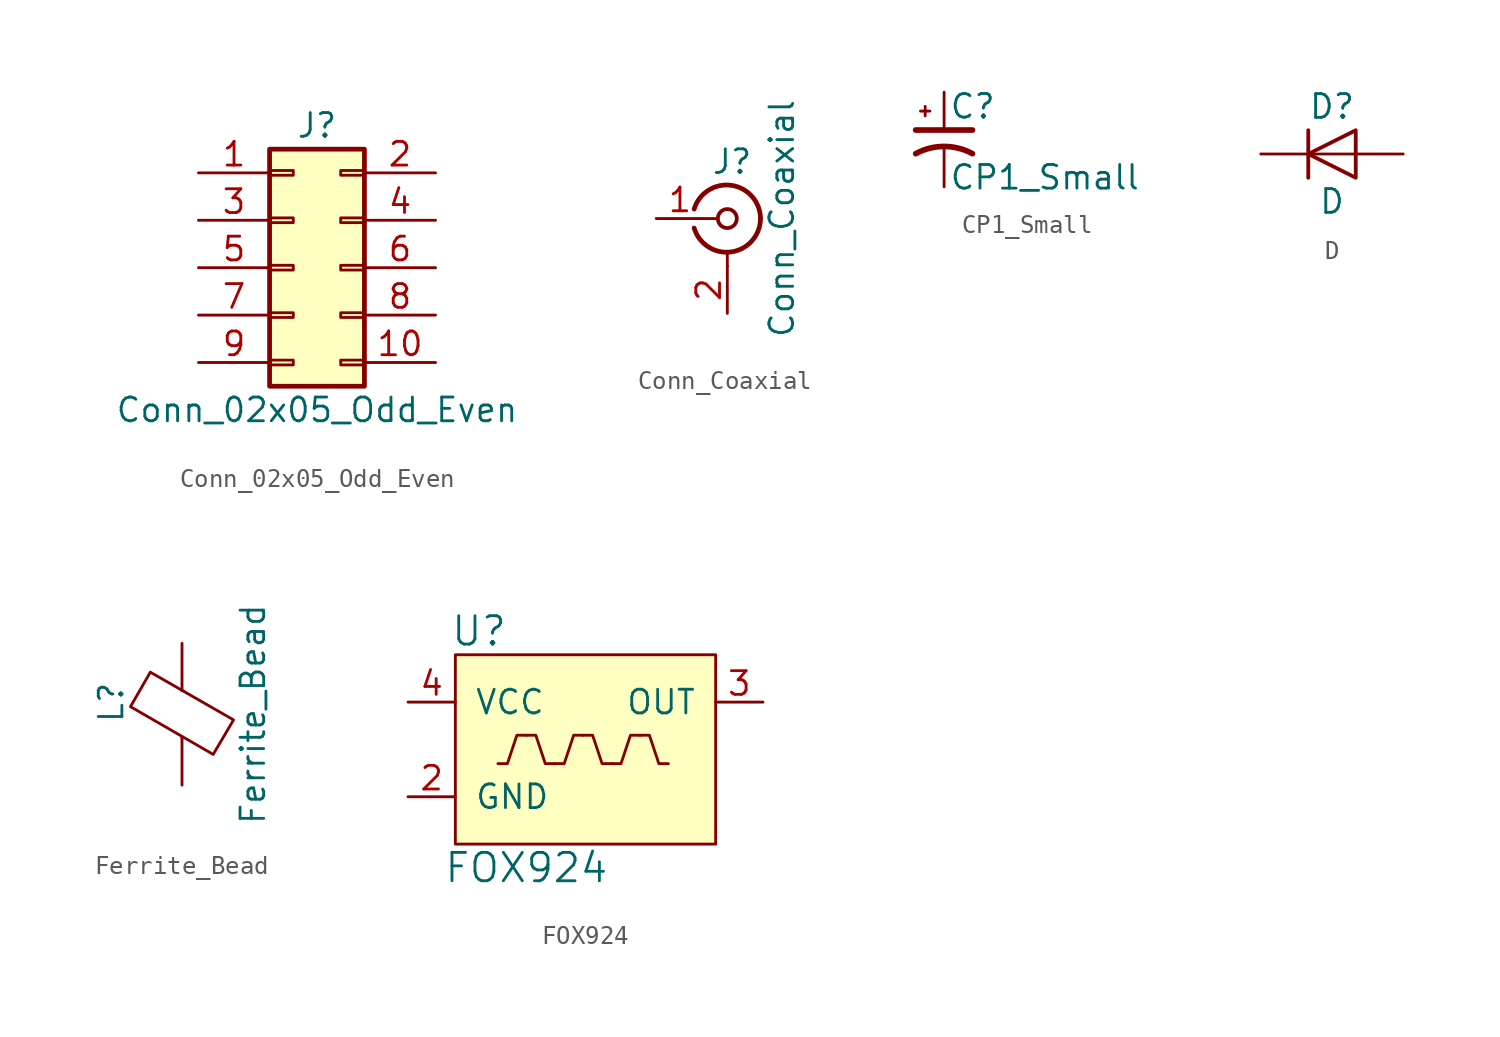
<source format=kicad_sym>
(kicad_symbol_lib
  (version 20210619)
  (generator kicad_symbol_editor)
  (symbol "openlst-hw:Conn_02x05_Odd_Even"
    (pin_names
      (offset 1.016) hide)
    (property "Reference" "J"
      (at 1.27 7.62 0)
      (effects (font (size 1.27 1.27))))
    (property "Value" "Conn_02x05_Odd_Even"
      (at 1.27 -7.62 0)
      (effects (font (size 1.27 1.27))))
    (symbol "Conn_02x05_Odd_Even_1_1"
      (rectangle (start -1.27 -4.953) (end 0 -5.207) (stroke (width 0.152)) (fill (type none)))
      (rectangle (start -1.27 -2.413) (end 0 -2.667) (stroke (width 0.152)) (fill (type none)))
      (rectangle (start -1.27 0.127) (end 0 -0.127) (stroke (width 0.152)) (fill (type none)))
      (rectangle (start -1.27 2.667) (end 0 2.413) (stroke (width 0.152)) (fill (type none)))
      (rectangle (start -1.27 5.207) (end 0 4.953) (stroke (width 0.152)) (fill (type none)))
      (rectangle (start 3.81 -4.953) (end 2.54 -5.207) (stroke (width 0.152)) (fill (type none)))
      (rectangle (start 3.81 -2.413) (end 2.54 -2.667) (stroke (width 0.152)) (fill (type none)))
      (rectangle (start 3.81 0.127) (end 2.54 -0.127) (stroke (width 0.152)) (fill (type none)))
      (rectangle (start 3.81 2.667) (end 2.54 2.413) (stroke (width 0.152)) (fill (type none)))
      (rectangle (start 3.81 5.207) (end 2.54 4.953) (stroke (width 0.152)) (fill (type none)))
      (rectangle (start -1.27 6.35) (end 3.81 -6.35) (stroke (width 0.254)) (fill (type background)))
      (pin passive line (at -5.08 5.08 0) (length 3.81) (name "Pin_1" (effects (font (size 1.27 1.27)))) (number "1" (effects (font (size 1.27 1.27)))))
      (pin passive line (at 7.62 -5.08 180) (length 3.81) (name "Pin_10" (effects (font (size 1.27 1.27)))) (number "10" (effects (font (size 1.27 1.27)))))
      (pin passive line (at 7.62 5.08 180) (length 3.81) (name "Pin_2" (effects (font (size 1.27 1.27)))) (number "2" (effects (font (size 1.27 1.27)))))
      (pin passive line (at -5.08 2.54 0) (length 3.81) (name "Pin_3" (effects (font (size 1.27 1.27)))) (number "3" (effects (font (size 1.27 1.27)))))
      (pin passive line (at 7.62 2.54 180) (length 3.81) (name "Pin_4" (effects (font (size 1.27 1.27)))) (number "4" (effects (font (size 1.27 1.27)))))
      (pin passive line (at -5.08 0 0) (length 3.81) (name "Pin_5" (effects (font (size 1.27 1.27)))) (number "5" (effects (font (size 1.27 1.27)))))
      (pin passive line (at 7.62 0 180) (length 3.81) (name "Pin_6" (effects (font (size 1.27 1.27)))) (number "6" (effects (font (size 1.27 1.27)))))
      (pin passive line (at -5.08 -2.54 0) (length 3.81) (name "Pin_7" (effects (font (size 1.27 1.27)))) (number "7" (effects (font (size 1.27 1.27)))))
      (pin passive line (at 7.62 -2.54 180) (length 3.81) (name "Pin_8" (effects (font (size 1.27 1.27)))) (number "8" (effects (font (size 1.27 1.27)))))
      (pin passive line (at -5.08 -5.08 0) (length 3.81) (name "Pin_9" (effects (font (size 1.27 1.27)))) (number "9" (effects (font (size 1.27 1.27)))))))
  (symbol "openlst-hw:Conn_Coaxial"
    (pin_names
      (offset 1.016) hide)
    (property "Reference" "J"
      (at 0.254 3.048 0)
      (effects (font (size 1.27 1.27))))
    (property "Value" "Conn_Coaxial"
      (at 2.921 0 90)
      (effects (font (size 1.27 1.27))))
    (symbol "Conn_Coaxial_0_1"
      (arc (start -1.778 0.508) (end 1.778 0) (radius (at -0.0508 0) (length 1.8034) (angles 163.6 0)) (stroke (width 0.254)) (fill (type none)))
      (arc (start 1.778 0) (end -1.778 -0.508) (radius (at -0.0254 0) (length 1.8034) (angles 0 -163.8)) (stroke (width 0.254)) (fill (type none)))
      (circle (center 0 0) (radius 0.508) (stroke (width 0.203)) (fill (type none)))
      (polyline (pts (xy -1.27 0) (xy -0.508 0)) (stroke (width 0)) (fill (type none)))
      (polyline (pts (xy 0 -2.54) (xy 0 -1.778)) (stroke (width 0)) (fill (type none))))
    (symbol "Conn_Coaxial_1_1"
      (pin passive line (at -3.81 0 0) (length 2.54) (name "In" (effects (font (size 1.27 1.27)))) (number "1" (effects (font (size 1.27 1.27)))))
      (pin passive line (at 0 -5.08 90) (length 2.54) (name "Ext" (effects (font (size 1.27 1.27)))) (number "2" (effects (font (size 1.27 1.27)))))))
  (symbol "openlst-hw:CP1_Small"
    (pin_numbers hide)
    (pin_names
      (offset 0.254) hide)
    (property "Reference" "C"
      (at 0.254 1.778 0)
      (effects (font (size 1.27 1.27)) (justify left)))
    (property "Value" "CP1_Small"
      (at 0.254 -2.032 0)
      (effects (font (size 1.27 1.27)) (justify left)))
    (symbol "CP1_Small_0_1"
      (arc (start -1.524 -0.762) (end 1.524 -0.762) (radius (at 0 -3.556) (length 3.175) (angles 118.6 61.4)) (stroke (width 0.3048)) (fill (type none)))
      (polyline (pts (xy -1.524 0.508) (xy 1.524 0.508)) (stroke (width 0.305)) (fill (type none)))
      (polyline (pts (xy -1.27 1.524) (xy -0.762 1.524)) (stroke (width 0)) (fill (type none)))
      (polyline (pts (xy -1.016 1.27) (xy -1.016 1.778)) (stroke (width 0)) (fill (type none))))
    (symbol "CP1_Small_1_1"
      (pin passive line (at 0 2.54 270) (length 2.032) (name "~" (effects (font (size 1.27 1.27)))) (number "1" (effects (font (size 1.27 1.27)))))
      (pin passive line (at 0 -2.54 90) (length 2.032) (name "~" (effects (font (size 1.27 1.27)))) (number "2" (effects (font (size 1.27 1.27)))))))
  (symbol "openlst-hw:D"
    (pin_numbers hide)
    (pin_names
      (offset 1.016) hide)
    (property "Reference" "D"
      (at 0 2.54 0)
      (effects (font (size 1.27 1.27))))
    (property "Value" "D"
      (at 0 -2.54 0)
      (effects (font (size 1.27 1.27))))
    (symbol "D_0_1"
      (polyline (pts (xy -1.27 1.27) (xy -1.27 -1.27)) (stroke (width 0.203)) (fill (type none)))
      (polyline (pts (xy 1.27 0) (xy -1.27 0)) (stroke (width 0)) (fill (type none)))
      (polyline (pts (xy 1.27 1.27) (xy 1.27 -1.27) (xy -1.27 0) (xy 1.27 1.27)) (stroke (width 0.203)) (fill (type none))))
    (symbol "D_1_1"
      (pin passive line (at -3.81 0 0) (length 2.54) (name "K" (effects (font (size 1.27 1.27)))) (number "1" (effects (font (size 1.27 1.27)))))
      (pin passive line (at 3.81 0 180) (length 2.54) (name "A" (effects (font (size 1.27 1.27)))) (number "2" (effects (font (size 1.27 1.27)))))))
  (symbol "openlst-hw:Ferrite_Bead"
    (pin_numbers hide)
    (pin_names
      (offset 0))
    (property "Reference" "L"
      (at -3.81 0.635 90)
      (effects (font (size 1.27 1.27))))
    (property "Value" "Ferrite_Bead"
      (at 3.81 0 90)
      (effects (font (size 1.27 1.27))))
    (symbol "Ferrite_Bead_0_1"
      (polyline (pts (xy 0 -1.27) (xy 0 -1.219)) (stroke (width 0)) (fill (type none)))
      (polyline (pts (xy 0 1.27) (xy 0 1.295)) (stroke (width 0)) (fill (type none)))
      (polyline (pts (xy -2.769 0.406) (xy -1.702 2.261) (xy 2.769 -0.305) (xy 1.676 -2.159) (xy -2.769 0.406)) (stroke (width 0)) (fill (type none))))
    (symbol "Ferrite_Bead_1_1"
      (pin passive line (at 0 3.81 270) (length 2.54) (name "~" (effects (font (size 1.27 1.27)))) (number "1" (effects (font (size 1.27 1.27)))))
      (pin passive line (at 0 -3.81 90) (length 2.54) (name "~" (effects (font (size 1.27 1.27)))) (number "2" (effects (font (size 1.27 1.27)))))))
  (symbol "openlst-hw:FOX924"
    (pin_names
      (offset 1.016))
    (property "Reference" "U"
      (at -6.35 6.35 0)
      (effects (font (size 1.524 1.524))))
    (property "Value" "FOX924"
      (at -3.81 -6.35 0)
      (effects (font (size 1.524 1.524))))
    (symbol "FOX924_0_1"
      (rectangle (start -7.62 5.08) (end 6.35 -5.08) (stroke (width 0)) (fill (type background)))
      (polyline (pts (xy -5.334 -0.762) (xy -4.826 -0.762) (xy -4.318 0.762) (xy -3.81 0.762)) (stroke (width 0)) (fill (type none)))
      (polyline (pts (xy -3.81 0.762) (xy -3.302 0.762) (xy -2.794 -0.762) (xy -2.286 -0.762)) (stroke (width 0)) (fill (type none)))
      (polyline (pts (xy -2.286 -0.762) (xy -1.778 -0.762) (xy -1.27 0.762) (xy -0.762 0.762)) (stroke (width 0)) (fill (type none)))
      (polyline (pts (xy -0.762 0.762) (xy -0.254 0.762) (xy 0.254 -0.762) (xy 0.762 -0.762)) (stroke (width 0)) (fill (type none)))
      (polyline (pts (xy 0.762 -0.762) (xy 1.27 -0.762) (xy 1.778 0.762) (xy 2.286 0.762)) (stroke (width 0)) (fill (type none)))
      (polyline (pts (xy 2.286 0.762) (xy 2.794 0.762) (xy 3.302 -0.762) (xy 3.81 -0.762)) (stroke (width 0)) (fill (type none))))
    (symbol "FOX924_1_1"
      (pin passive line (at -10.16 -2.54 0) (length 2.54) (name "GND" (effects (font (size 1.27 1.27)))) (number "2" (effects (font (size 1.27 1.27)))))
      (pin passive line (at 8.89 2.54 180) (length 2.54) (name "OUT" (effects (font (size 1.27 1.27)))) (number "3" (effects (font (size 1.27 1.27)))))
      (pin passive line (at -10.16 2.54 0) (length 2.54) (name "VCC" (effects (font (size 1.27 1.27)))) (number "4" (effects (font (size 1.27 1.27))))))))
</source>
